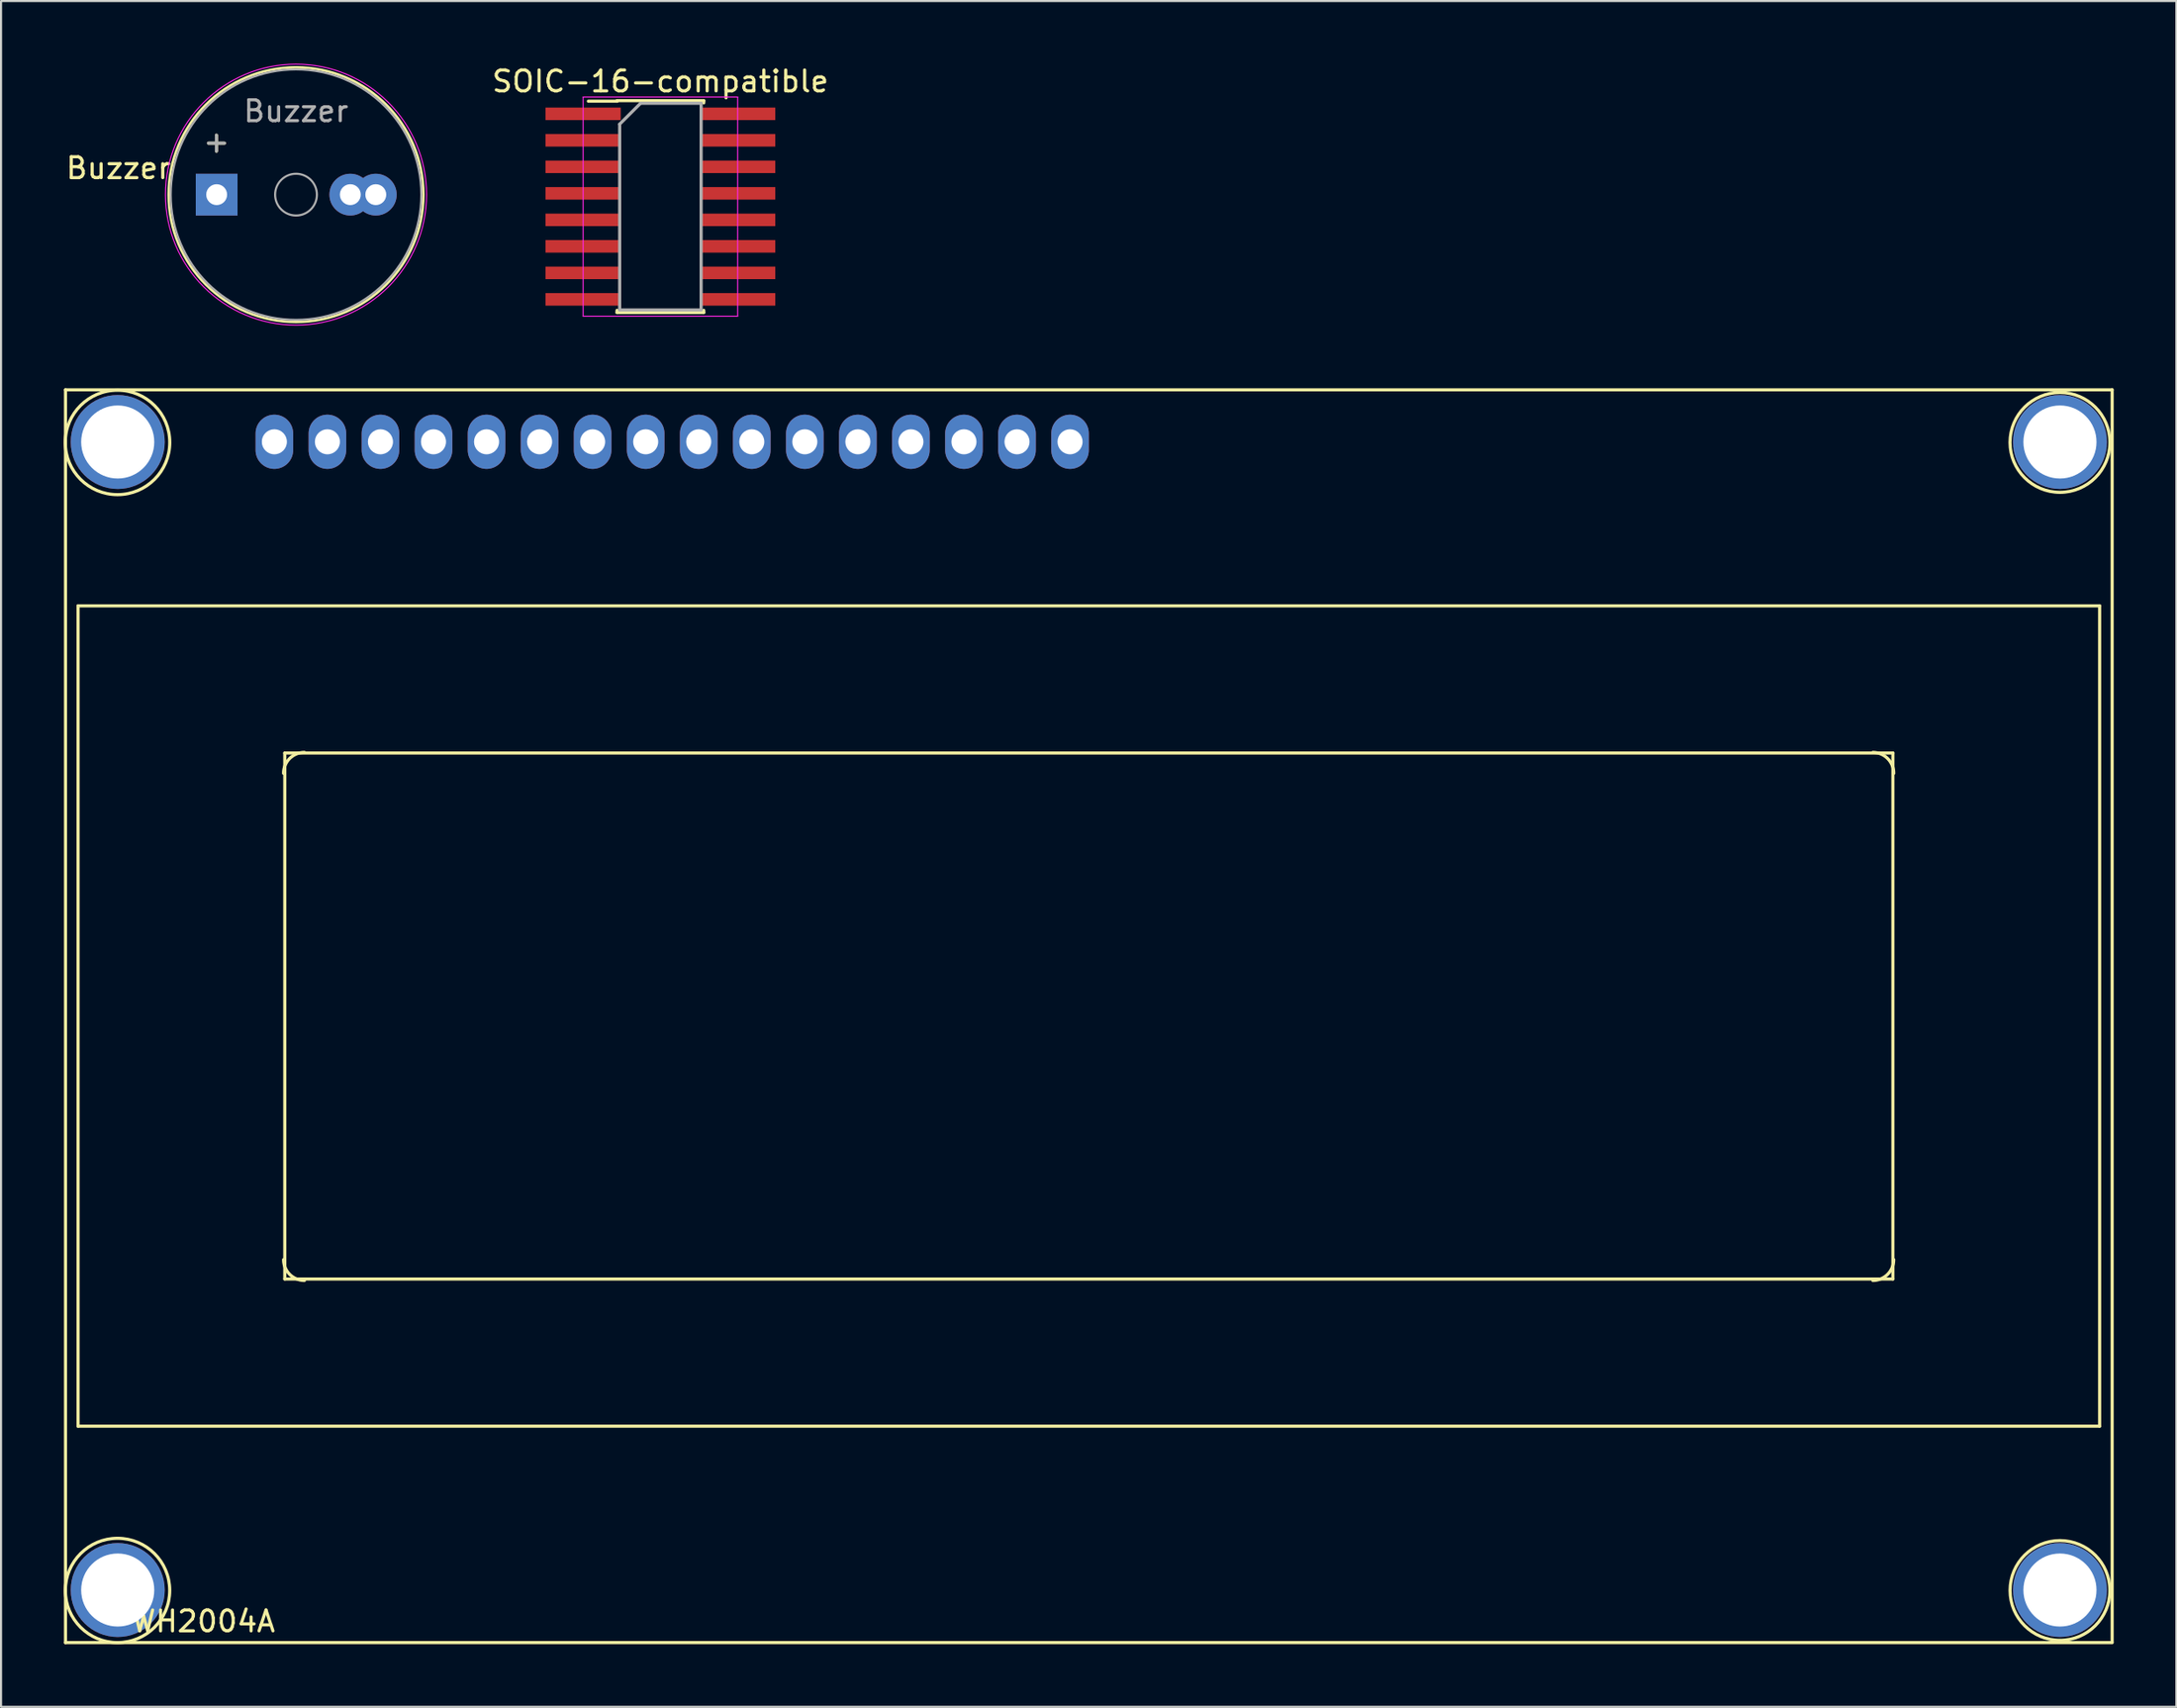
<source format=kicad_pcb>
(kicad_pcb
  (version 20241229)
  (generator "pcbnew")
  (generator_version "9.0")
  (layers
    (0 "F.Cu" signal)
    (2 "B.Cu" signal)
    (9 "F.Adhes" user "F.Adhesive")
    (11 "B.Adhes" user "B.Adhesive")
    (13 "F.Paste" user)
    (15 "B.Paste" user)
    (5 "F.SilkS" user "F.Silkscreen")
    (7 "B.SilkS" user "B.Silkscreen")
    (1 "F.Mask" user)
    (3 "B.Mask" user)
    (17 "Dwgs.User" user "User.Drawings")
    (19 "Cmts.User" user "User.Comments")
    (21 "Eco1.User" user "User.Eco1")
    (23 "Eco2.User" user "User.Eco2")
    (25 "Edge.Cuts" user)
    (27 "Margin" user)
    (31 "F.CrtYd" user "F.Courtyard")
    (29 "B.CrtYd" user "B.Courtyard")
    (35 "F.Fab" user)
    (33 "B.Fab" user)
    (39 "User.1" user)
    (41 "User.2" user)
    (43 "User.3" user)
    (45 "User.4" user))
  (footprint "Buzzer"
    (layer "F.Cu")
    (at 7.324 6.275)
    (property "Reference" "Buzzer" (at -4.699 -1.27 0) (layer "F.SilkS") (effects (font (size 1 1) (thickness 0.15))))
    (attr through_hole)
    (fp_circle (center 3.8 0) (end 9.9 0) (stroke (width 0.12) (type solid)) (fill no) (layer "F.SilkS"))
    (fp_circle (center 3.8 0) (end 10.05 0) (stroke (width 0.05) (type solid)) (fill no) (layer "F.CrtYd"))
    (fp_circle (center 3.8 0) (end 4.8 0) (stroke (width 0.1) (type solid)) (fill no) (layer "F.Fab"))
    (fp_circle (center 3.8 0) (end 9.8 0) (stroke (width 0.1) (type solid)) (fill no) (layer "F.Fab"))
    (fp_text user "+" (at -0.01 -2.54 0) (layer "F.SilkS") (effects (font (size 1 1) (thickness 0.15))))
    (fp_text user "${REFERENCE}" (at 3.8 -4 0) (layer "F.Fab") (effects (font (size 1 1) (thickness 0.15))))
    (fp_text user "+" (at -0.01 -2.54 0) (layer "F.Fab") (effects (font (size 1 1) (thickness 0.15))))
    (pad "1" thru_hole rect (at 0 0) (size 2 2) (drill 1) (layers "*.Cu" "*.Mask"))
    (pad "2" thru_hole circle (at 6.4 0) (size 2 2) (drill 1) (layers "*.Cu" "*.Mask"))
    (pad "2" thru_hole circle (at 7.62 0) (size 2 2) (drill 1) (layers "*.Cu" "*.Mask")))
  (footprint "WH2004A"
    (layer "F.Cu")
    (at 2.587 73.125)
    (property "Reference" "WH2004A" (at 4.1 1.5 0) (layer "F.SilkS") (effects (font (size 1 1) (thickness 0.15))))
    (attr through_hole)
    (fp_line (start -2.5 -57.5) (end -2.5 2.52) (stroke (width 0.15) (type solid)) (layer "F.SilkS"))
    (fp_line (start -1.9 -47.15) (end 94.9 -47.15) (stroke (width 0.15) (type solid)) (layer "F.SilkS"))
    (fp_line (start -1.9 -7.85) (end -1.9 -47.15) (stroke (width 0.15) (type solid)) (layer "F.SilkS"))
    (fp_line (start 8 -40.1) (end 85 -40.1) (stroke (width 0.15) (type solid)) (layer "F.SilkS"))
    (fp_line (start 8 -14.9) (end 8 -40.1) (stroke (width 0.15) (type solid)) (layer "F.SilkS"))
    (fp_line (start 8 -14.9) (end 85 -14.9) (stroke (width 0.15) (type solid)) (layer "F.SilkS"))
    (fp_line (start 85 -40.1) (end 85 -14.9) (stroke (width 0.15) (type solid)) (layer "F.SilkS"))
    (fp_line (start 94.9 -47.15) (end 94.9 -7.85) (stroke (width 0.15) (type solid)) (layer "F.SilkS"))
    (fp_line (start 94.9 -7.85) (end -1.9 -7.85) (stroke (width 0.15) (type solid)) (layer "F.SilkS"))
    (fp_line (start 95.5 -57.5) (end -2.5 -57.5) (stroke (width 0.15) (type solid)) (layer "F.SilkS"))
    (fp_line (start 95.5 -57.5) (end 95.5 2.5) (stroke (width 0.15) (type solid)) (layer "F.SilkS"))
    (fp_line (start 95.5 2.52) (end -2.5 2.52) (stroke (width 0.15) (type solid)) (layer "F.SilkS"))
    (fp_arc (start 7.9395 -39.12894) (mid 8.232616 -39.836584) (end 8.94026 -40.1297) (stroke (width 0.15) (type solid)) (layer "F.SilkS"))
    (fp_arc (start 8.94026 -14.83024) (mid 8.234412 -15.122612) (end 7.94204 -15.82846) (stroke (width 0.15) (type solid)) (layer "F.SilkS"))
    (fp_arc (start 84.04064 -40.1297) (mid 84.748284 -39.836584) (end 85.0414 -39.12894) (stroke (width 0.15) (type solid)) (layer "F.SilkS"))
    (fp_arc (start 85.03886 -15.82846) (mid 84.746488 -15.122612) (end 84.04064 -14.83024) (stroke (width 0.15) (type solid)) (layer "F.SilkS"))
    (fp_circle (center -0.01 -54.979) (end 2.492 -54.979) (stroke (width 0.15) (type solid)) (fill no) (layer "F.SilkS"))
    (fp_circle (center -0.009 0.02) (end 2.49 0.02) (stroke (width 0.15) (type solid)) (fill no) (layer "F.SilkS"))
    (fp_circle (center 93 -54.979) (end 95.391 -54.979) (stroke (width 0.15) (type solid)) (fill no) (layer "F.SilkS"))
    (fp_circle (center 93 0.02) (end 95.389 0.02) (stroke (width 0.15) (type solid)) (fill no) (layer "F.SilkS"))
    (pad "0" thru_hole circle (at 0 -55) (size 4.5 4.5) (drill 3.5) (layers "*.Cu" "*.Mask"))
    (pad "0" thru_hole circle (at 0 0) (size 4.5 4.5) (drill 3.5) (layers "*.Cu" "*.Mask"))
    (pad "0" thru_hole circle (at 93 -55) (size 4.5 4.5) (drill 3.5) (layers "*.Cu" "*.Mask"))
    (pad "0" thru_hole circle (at 93 0) (size 4.5 4.5) (drill 3.5) (layers "*.Cu" "*.Mask"))
    (pad "1" thru_hole oval (at 7.5 -55.01 180) (size 1.8 2.6) (drill 1.2) (layers "*.Cu" "*.Mask"))
    (pad "2" thru_hole oval (at 10.04 -55.01 180) (size 1.8 2.6) (drill 1.2) (layers "*.Cu" "*.Mask"))
    (pad "3" thru_hole oval (at 12.58 -55.01 180) (size 1.8 2.6) (drill 1.2) (layers "*.Cu" "*.Mask"))
    (pad "4" thru_hole oval (at 15.12 -55.01 180) (size 1.8 2.6) (drill 1.2) (layers "*.Cu" "*.Mask"))
    (pad "5" thru_hole oval (at 17.66 -55.01 180) (size 1.8 2.6) (drill 1.2) (layers "*.Cu" "*.Mask"))
    (pad "6" thru_hole oval (at 20.2 -55.01 180) (size 1.8 2.6) (drill 1.2) (layers "*.Cu" "*.Mask"))
    (pad "7" thru_hole oval (at 22.74 -55.01 180) (size 1.8 2.6) (drill 1.2) (layers "*.Cu" "*.Mask"))
    (pad "8" thru_hole oval (at 25.28 -55.01 180) (size 1.8 2.6) (drill 1.2) (layers "*.Cu" "*.Mask"))
    (pad "9" thru_hole oval (at 27.82 -55.01 180) (size 1.8 2.6) (drill 1.2) (layers "*.Cu" "*.Mask"))
    (pad "10" thru_hole oval (at 30.36 -55.01 180) (size 1.8 2.6) (drill 1.2) (layers "*.Cu" "*.Mask"))
    (pad "11" thru_hole oval (at 32.9 -55.01 180) (size 1.8 2.6) (drill 1.2) (layers "*.Cu" "*.Mask"))
    (pad "12" thru_hole oval (at 35.44 -55.01 180) (size 1.8 2.6) (drill 1.2) (layers "*.Cu" "*.Mask"))
    (pad "13" thru_hole oval (at 37.98 -55.01 180) (size 1.8 2.6) (drill 1.2) (layers "*.Cu" "*.Mask"))
    (pad "14" thru_hole oval (at 40.52 -55.01 180) (size 1.8 2.6) (drill 1.2) (layers "*.Cu" "*.Mask"))
    (pad "15" thru_hole oval (at 43.06 -55.01) (size 1.8 2.6) (drill 1.2) (layers "*.Cu" "*.Mask"))
    (pad "16" thru_hole oval (at 45.6 -55.01) (size 1.8 2.6) (drill 1.2) (layers "*.Cu" "*.Mask")))
  (footprint "SOIC-16-compatible"
    (layer "F.Cu")
    (at 28.572 6.848)
    (property "Reference" "SOIC-16-compatible" (at 0 -6 0) (layer "F.SilkS") (effects (font (size 1 1) (thickness 0.15))))
    (attr smd)
    (fp_line (start -2.075 -5.075) (end -2.075 -5.05) (stroke (width 0.15) (type solid)) (layer "F.SilkS"))
    (fp_line (start -2.075 -5.075) (end 2.075 -5.075) (stroke (width 0.15) (type solid)) (layer "F.SilkS"))
    (fp_line (start -2.075 -5.05) (end -3.45 -5.05) (stroke (width 0.15) (type solid)) (layer "F.SilkS"))
    (fp_line (start -2.075 5.075) (end -2.075 4.97) (stroke (width 0.15) (type solid)) (layer "F.SilkS"))
    (fp_line (start -2.075 5.075) (end 2.075 5.075) (stroke (width 0.15) (type solid)) (layer "F.SilkS"))
    (fp_line (start 2.075 -5.075) (end 2.075 -4.97) (stroke (width 0.15) (type solid)) (layer "F.SilkS"))
    (fp_line (start 2.075 5.075) (end 2.075 4.97) (stroke (width 0.15) (type solid)) (layer "F.SilkS"))
    (fp_line (start -3.7 -5.25) (end -3.7 5.25) (stroke (width 0.05) (type solid)) (layer "F.CrtYd"))
    (fp_line (start -3.7 -5.25) (end 3.7 -5.25) (stroke (width 0.05) (type solid)) (layer "F.CrtYd"))
    (fp_line (start -3.7 5.25) (end 3.7 5.25) (stroke (width 0.05) (type solid)) (layer "F.CrtYd"))
    (fp_line (start 3.7 -5.25) (end 3.7 5.25) (stroke (width 0.05) (type solid)) (layer "F.CrtYd"))
    (fp_line (start -1.95 -3.95) (end -0.95 -4.95) (stroke (width 0.15) (type solid)) (layer "F.Fab"))
    (fp_line (start -1.95 4.95) (end -1.95 -3.95) (stroke (width 0.15) (type solid)) (layer "F.Fab"))
    (fp_line (start -0.95 -4.95) (end 1.95 -4.95) (stroke (width 0.15) (type solid)) (layer "F.Fab"))
    (fp_line (start 1.95 -4.95) (end 1.95 4.95) (stroke (width 0.15) (type solid)) (layer "F.Fab"))
    (fp_line (start 1.95 4.95) (end -1.95 4.95) (stroke (width 0.15) (type solid)) (layer "F.Fab"))
    (pad "1" smd rect (at -3.7 -4.445) (size 3.6 0.6) (layers "F.Cu" "F.Mask" "F.Paste"))
    (pad "2" smd rect (at -3.7 -3.175) (size 3.6 0.6) (layers "F.Cu" "F.Mask" "F.Paste"))
    (pad "3" smd rect (at -3.7 -1.905) (size 3.6 0.6) (layers "F.Cu" "F.Mask" "F.Paste"))
    (pad "4" smd rect (at -3.7 -0.635) (size 3.6 0.6) (layers "F.Cu" "F.Mask" "F.Paste"))
    (pad "5" smd rect (at -3.7 0.635) (size 3.6 0.6) (layers "F.Cu" "F.Mask" "F.Paste"))
    (pad "6" smd rect (at -3.7 1.905) (size 3.6 0.6) (layers "F.Cu" "F.Mask" "F.Paste"))
    (pad "7" smd rect (at -3.7 3.175) (size 3.6 0.6) (layers "F.Cu" "F.Mask" "F.Paste"))
    (pad "8" smd rect (at -3.7 4.445) (size 3.6 0.6) (layers "F.Cu" "F.Mask" "F.Paste"))
    (pad "9" smd rect (at 3.7 4.445) (size 3.6 0.6) (layers "F.Cu" "F.Mask" "F.Paste"))
    (pad "10" smd rect (at 3.7 3.175) (size 3.6 0.6) (layers "F.Cu" "F.Mask" "F.Paste"))
    (pad "11" smd rect (at 3.7 1.905) (size 3.6 0.6) (layers "F.Cu" "F.Mask" "F.Paste"))
    (pad "12" smd rect (at 3.7 0.635) (size 3.6 0.6) (layers "F.Cu" "F.Mask" "F.Paste"))
    (pad "13" smd rect (at 3.7 -0.635) (size 3.6 0.6) (layers "F.Cu" "F.Mask" "F.Paste"))
    (pad "14" smd rect (at 3.7 -1.905) (size 3.6 0.6) (layers "F.Cu" "F.Mask" "F.Paste"))
    (pad "15" smd rect (at 3.7 -3.175) (size 3.6 0.6) (layers "F.Cu" "F.Mask" "F.Paste"))
    (pad "16" smd rect (at 3.7 -4.445) (size 3.6 0.6) (layers "F.Cu" "F.Mask" "F.Paste")))
  (gr_rect
    (start -3 -3)
    (end 101.162 78.72)
    (stroke (width 0.1) (type default))
    (fill no)
    (layer "Edge.Cuts")))
</source>
